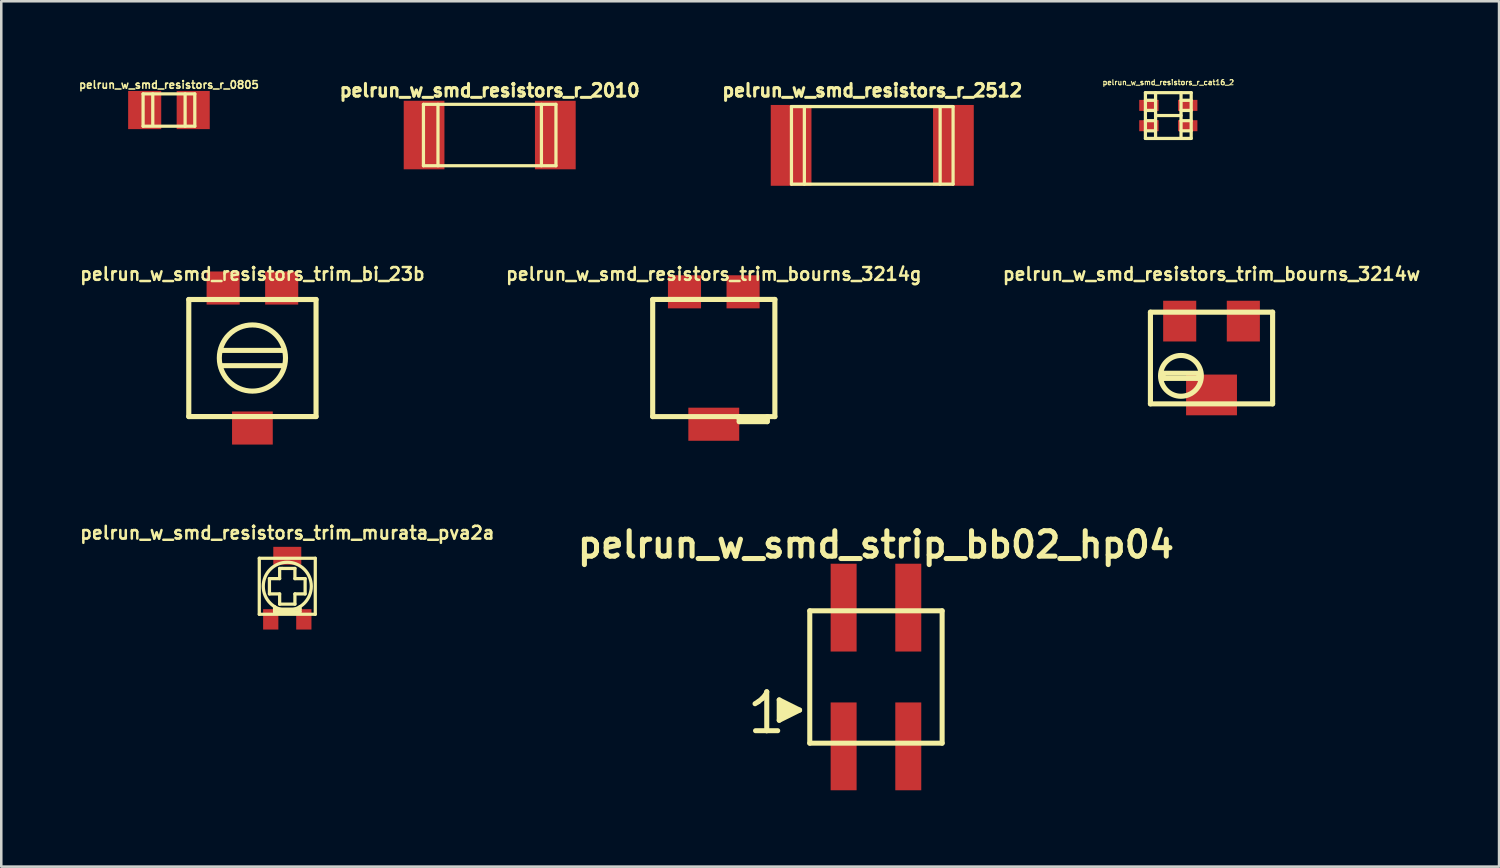
<source format=kicad_pcb>
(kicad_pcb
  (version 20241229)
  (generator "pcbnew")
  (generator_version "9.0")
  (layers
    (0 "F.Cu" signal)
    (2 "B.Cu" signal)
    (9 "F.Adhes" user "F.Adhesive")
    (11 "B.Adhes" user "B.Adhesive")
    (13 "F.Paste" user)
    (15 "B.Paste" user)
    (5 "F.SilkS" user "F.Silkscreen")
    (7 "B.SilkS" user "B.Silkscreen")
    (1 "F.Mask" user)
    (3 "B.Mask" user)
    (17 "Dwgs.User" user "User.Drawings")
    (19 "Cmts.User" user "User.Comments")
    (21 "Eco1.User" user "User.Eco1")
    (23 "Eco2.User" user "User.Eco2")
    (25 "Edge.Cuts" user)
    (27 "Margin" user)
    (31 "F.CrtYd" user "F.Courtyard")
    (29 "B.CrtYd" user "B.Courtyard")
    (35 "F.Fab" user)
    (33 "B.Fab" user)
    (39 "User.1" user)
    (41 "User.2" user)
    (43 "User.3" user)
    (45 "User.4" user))
  (footprint "pelrun_w_smd_resistors_trim_bourns_3214g"
    (layer "F.Cu")
    (at 24.991 11.015)
    (property "Reference" "pelrun_w_smd_resistors_trim_bourns_3214g" (at 0 -3.299 0) (layer "F.SilkS") (effects (font (size 0.5 0.5) (thickness 0.099))))
    (attr through_hole)
    (fp_line (start -2.4 -2.301) (end -2.4 2.301) (stroke (width 0.201) (type solid)) (layer "F.SilkS"))
    (fp_line (start -2.4 2.301) (end 2.4 2.301) (stroke (width 0.201) (type solid)) (layer "F.SilkS"))
    (fp_line (start 1.001 2.301) (end 1.001 2.499) (stroke (width 0.201) (type solid)) (layer "F.SilkS"))
    (fp_line (start 1.001 2.499) (end 2.101 2.499) (stroke (width 0.201) (type solid)) (layer "F.SilkS"))
    (fp_line (start 2.101 2.4) (end 1.001 2.4) (stroke (width 0.201) (type solid)) (layer "F.SilkS"))
    (fp_line (start 2.101 2.499) (end 2.101 2.301) (stroke (width 0.201) (type solid)) (layer "F.SilkS"))
    (fp_line (start 2.4 -2.301) (end -2.4 -2.301) (stroke (width 0.201) (type solid)) (layer "F.SilkS"))
    (fp_line (start 2.4 2.301) (end 2.4 -2.301) (stroke (width 0.201) (type solid)) (layer "F.SilkS"))
    (pad "1" smd rect (at 1.151 -2.601) (size 1.3 1.3) (layers "F.Cu" "F.Mask" "F.Paste"))
    (pad "2" smd rect (at 0 2.601) (size 1.999 1.3) (layers "F.Cu" "F.Mask" "F.Paste"))
    (pad "3" smd rect (at -1.151 -2.601) (size 1.3 1.3) (layers "F.Cu" "F.Mask" "F.Paste")))
  (footprint "pelrun_w_smd_resistors_r_2512"
    (layer "F.Cu")
    (at 31.217 2.661)
    (property "Reference" "pelrun_w_smd_resistors_r_2512" (at 0 -2.159 0) (layer "F.SilkS") (effects (font (size 0.5 0.5) (thickness 0.119))))
    (attr through_hole)
    (fp_line (start -3.175 -1.524) (end -3.175 1.524) (stroke (width 0.127) (type solid)) (layer "F.SilkS"))
    (fp_line (start -3.175 1.524) (end 3.175 1.524) (stroke (width 0.127) (type solid)) (layer "F.SilkS"))
    (fp_line (start -2.667 -1.524) (end -2.667 1.524) (stroke (width 0.127) (type solid)) (layer "F.SilkS"))
    (fp_line (start 2.667 -1.524) (end 2.667 1.524) (stroke (width 0.127) (type solid)) (layer "F.SilkS"))
    (fp_line (start 3.175 -1.524) (end -3.175 -1.524) (stroke (width 0.127) (type solid)) (layer "F.SilkS"))
    (fp_line (start 3.175 1.524) (end 3.175 -1.524) (stroke (width 0.127) (type solid)) (layer "F.SilkS"))
    (pad "1" smd rect (at 3.188 0) (size 1.6 3.175) (layers "F.Cu" "F.Mask" "F.Paste"))
    (pad "2" smd rect (at -3.188 0) (size 1.6 3.175) (layers "F.Cu" "F.Mask" "F.Paste")))
  (footprint "pelrun_w_smd_strip_bb02_hp04"
    (layer "F.Cu")
    (at 31.362 23.546)
    (property "Reference" "pelrun_w_smd_strip_bb02_hp04" (at 0 -5.2 0) (layer "F.SilkS") (effects (font (size 0.998 0.998) (thickness 0.198))))
    (attr through_hole)
    (fp_line (start -4.75 1.05) (end -4.62 0.97) (stroke (width 0.198) (type solid)) (layer "F.SilkS"))
    (fp_line (start -4.62 0.97) (end -4.46 0.84) (stroke (width 0.198) (type solid)) (layer "F.SilkS"))
    (fp_line (start -4.46 0.84) (end -4.32 0.67) (stroke (width 0.198) (type solid)) (layer "F.SilkS"))
    (fp_line (start -4.32 0.67) (end -4.29 0.58) (stroke (width 0.198) (type solid)) (layer "F.SilkS"))
    (fp_line (start -4.29 0.58) (end -4.29 2.11) (stroke (width 0.198) (type solid)) (layer "F.SilkS"))
    (fp_line (start -4.29 2.11) (end -4.73 2.11) (stroke (width 0.198) (type solid)) (layer "F.SilkS"))
    (fp_line (start -3.86 2.11) (end -4.3 2.11) (stroke (width 0.198) (type solid)) (layer "F.SilkS"))
    (fp_line (start -3.8 0.9) (end -3 1.3) (stroke (width 0.198) (type solid)) (layer "F.SilkS"))
    (fp_line (start -3.8 1.7) (end -3.8 0.9) (stroke (width 0.198) (type solid)) (layer "F.SilkS"))
    (fp_line (start -3.7 1.6) (end -3.7 1) (stroke (width 0.198) (type solid)) (layer "F.SilkS"))
    (fp_line (start -3.6 1.1) (end -3.6 1.5) (stroke (width 0.198) (type solid)) (layer "F.SilkS"))
    (fp_line (start -3.5 1.5) (end -3.5 1.1) (stroke (width 0.198) (type solid)) (layer "F.SilkS"))
    (fp_line (start -3.4 1.2) (end -3.4 1.4) (stroke (width 0.198) (type solid)) (layer "F.SilkS"))
    (fp_line (start -3.3 1.4) (end -3.3 1.2) (stroke (width 0.198) (type solid)) (layer "F.SilkS"))
    (fp_line (start -3 1.3) (end -3.8 1.7) (stroke (width 0.198) (type solid)) (layer "F.SilkS"))
    (fp_line (start -2.6 -2.6) (end 2.6 -2.6) (stroke (width 0.198) (type solid)) (layer "F.SilkS"))
    (fp_line (start -2.6 2.6) (end -2.6 -2.6) (stroke (width 0.198) (type solid)) (layer "F.SilkS"))
    (fp_line (start 2.6 -2.6) (end 2.6 2.6) (stroke (width 0.198) (type solid)) (layer "F.SilkS"))
    (fp_line (start 2.6 2.6) (end -2.6 2.6) (stroke (width 0.198) (type solid)) (layer "F.SilkS"))
    (pad "1" smd rect (at -1.27 2.725) (size 1.02 3.45) (layers "F.Cu" "F.Mask" "F.Paste"))
    (pad "2" smd rect (at -1.27 -2.725) (size 1.02 3.45) (layers "F.Cu" "F.Mask" "F.Paste"))
    (pad "3" smd rect (at 1.27 2.725) (size 1.02 3.45) (layers "F.Cu" "F.Mask" "F.Paste"))
    (pad "4" smd rect (at 1.27 -2.725) (size 1.02 3.45) (layers "F.Cu" "F.Mask" "F.Paste")))
  (footprint "pelrun_w_smd_resistors_trim_murata_pva2a"
    (layer "F.Cu")
    (at 8.236 19.982)
    (property "Reference" "pelrun_w_smd_resistors_trim_murata_pva2a" (at 0 -2.101 0) (layer "F.SilkS") (effects (font (size 0.5 0.5) (thickness 0.099))))
    (attr through_hole)
    (fp_line (start -1.1 -1.1) (end 1.1 -1.1) (stroke (width 0.127) (type solid)) (layer "F.SilkS"))
    (fp_line (start -1.1 1.1) (end -1.1 -1.1) (stroke (width 0.127) (type solid)) (layer "F.SilkS"))
    (fp_line (start -0.701 -0.3) (end -0.701 0.3) (stroke (width 0.127) (type solid)) (layer "F.SilkS"))
    (fp_line (start -0.701 0.3) (end -0.3 0.3) (stroke (width 0.127) (type solid)) (layer "F.SilkS"))
    (fp_line (start -0.5 0.899) (end 0.5 0.899) (stroke (width 0.127) (type solid)) (layer "F.SilkS"))
    (fp_line (start -0.5 1.001) (end -0.5 0.8) (stroke (width 0.127) (type solid)) (layer "F.SilkS"))
    (fp_line (start -0.3 -0.701) (end -0.3 -0.3) (stroke (width 0.127) (type solid)) (layer "F.SilkS"))
    (fp_line (start -0.3 -0.3) (end -0.701 -0.3) (stroke (width 0.127) (type solid)) (layer "F.SilkS"))
    (fp_line (start -0.3 0.3) (end -0.3 0.701) (stroke (width 0.127) (type solid)) (layer "F.SilkS"))
    (fp_line (start -0.3 0.701) (end 0.3 0.701) (stroke (width 0.127) (type solid)) (layer "F.SilkS"))
    (fp_line (start -0.201 -0.701) (end -0.3 -0.701) (stroke (width 0.127) (type solid)) (layer "F.SilkS"))
    (fp_line (start 0.3 -0.701) (end -0.201 -0.701) (stroke (width 0.127) (type solid)) (layer "F.SilkS"))
    (fp_line (start 0.3 -0.3) (end 0.3 -0.701) (stroke (width 0.127) (type solid)) (layer "F.SilkS"))
    (fp_line (start 0.3 0.3) (end 0.701 0.3) (stroke (width 0.127) (type solid)) (layer "F.SilkS"))
    (fp_line (start 0.3 0.701) (end 0.3 0.3) (stroke (width 0.127) (type solid)) (layer "F.SilkS"))
    (fp_line (start 0.5 1.001) (end -0.5 1.001) (stroke (width 0.127) (type solid)) (layer "F.SilkS"))
    (fp_line (start 0.5 1.001) (end 0.5 0.8) (stroke (width 0.127) (type solid)) (layer "F.SilkS"))
    (fp_line (start 0.701 -0.3) (end 0.3 -0.3) (stroke (width 0.127) (type solid)) (layer "F.SilkS"))
    (fp_line (start 0.701 0.3) (end 0.701 -0.3) (stroke (width 0.127) (type solid)) (layer "F.SilkS"))
    (fp_line (start 1.1 -1.1) (end 1.1 1.1) (stroke (width 0.127) (type solid)) (layer "F.SilkS"))
    (fp_line (start 1.1 1.1) (end -1.1 1.1) (stroke (width 0.127) (type solid)) (layer "F.SilkS"))
    (fp_circle (center 0 0) (end -0.8 0.5) (stroke (width 0.127) (type solid)) (fill no) (layer "F.SilkS"))
    (pad "1" smd rect (at -0.65 1.3) (size 0.599 0.8) (layers "F.Cu" "F.Mask" "F.Paste"))
    (pad "2" smd rect (at 0 -1.199) (size 1.1 0.701) (layers "F.Cu" "F.Mask" "F.Paste"))
    (pad "3" smd rect (at 0.65 1.3) (size 0.599 0.8) (layers "F.Cu" "F.Mask" "F.Paste")))
  (footprint "pelrun_w_smd_resistors_r_cat16_2"
    (layer "F.Cu")
    (at 42.847 1.489)
    (property "Reference" "pelrun_w_smd_resistors_r_cat16_2" (at 0 -1.3 0) (layer "F.SilkS") (effects (font (size 0.201 0.201) (thickness 0.041))))
    (attr through_hole)
    (fp_line (start -0.899 -0.899) (end -0.899 0.899) (stroke (width 0.127) (type solid)) (layer "F.SilkS"))
    (fp_line (start -0.899 -0.201) (end -0.5 -0.201) (stroke (width 0.127) (type solid)) (layer "F.SilkS"))
    (fp_line (start -0.899 0.599) (end -0.5 0.599) (stroke (width 0.127) (type solid)) (layer "F.SilkS"))
    (fp_line (start -0.899 0.899) (end 0.899 0.899) (stroke (width 0.127) (type solid)) (layer "F.SilkS"))
    (fp_line (start -0.5 -0.599) (end -0.899 -0.599) (stroke (width 0.127) (type solid)) (layer "F.SilkS"))
    (fp_line (start -0.5 0) (end 0.5 0) (stroke (width 0.127) (type solid)) (layer "F.SilkS"))
    (fp_line (start -0.5 0.201) (end -0.899 0.201) (stroke (width 0.127) (type solid)) (layer "F.SilkS"))
    (fp_line (start -0.5 0.899) (end -0.5 -0.899) (stroke (width 0.127) (type solid)) (layer "F.SilkS"))
    (fp_line (start 0.5 -0.899) (end 0.5 0.899) (stroke (width 0.127) (type solid)) (layer "F.SilkS"))
    (fp_line (start 0.5 -0.201) (end 0.899 -0.201) (stroke (width 0.127) (type solid)) (layer "F.SilkS"))
    (fp_line (start 0.5 0.599) (end 0.899 0.599) (stroke (width 0.127) (type solid)) (layer "F.SilkS"))
    (fp_line (start 0.899 -0.899) (end -0.899 -0.899) (stroke (width 0.127) (type solid)) (layer "F.SilkS"))
    (fp_line (start 0.899 -0.599) (end 0.5 -0.599) (stroke (width 0.127) (type solid)) (layer "F.SilkS"))
    (fp_line (start 0.899 0.201) (end 0.5 0.201) (stroke (width 0.127) (type solid)) (layer "F.SilkS"))
    (fp_line (start 0.899 0.899) (end 0.899 -0.899) (stroke (width 0.127) (type solid)) (layer "F.SilkS"))
    (pad "1" smd rect (at 0.762 0.399) (size 0.762 0.432) (layers "F.Cu" "F.Mask" "F.Paste"))
    (pad "2" smd rect (at 0.762 -0.399) (size 0.762 0.432) (layers "F.Cu" "F.Mask" "F.Paste"))
    (pad "3" smd rect (at -0.762 -0.399) (size 0.762 0.432) (layers "F.Cu" "F.Mask" "F.Paste"))
    (pad "4" smd rect (at -0.762 0.399) (size 0.762 0.432) (layers "F.Cu" "F.Mask" "F.Paste")))
  (footprint "pelrun_w_smd_resistors_r_0805"
    (layer "F.Cu")
    (at 3.587 1.273)
    (property "Reference" "pelrun_w_smd_resistors_r_0805" (at 0 -0.991 0) (layer "F.SilkS") (effects (font (size 0.3 0.3) (thickness 0.061))))
    (attr through_hole)
    (fp_line (start -1.016 -0.635) (end 1.016 -0.635) (stroke (width 0.127) (type solid)) (layer "F.SilkS"))
    (fp_line (start -1.016 0.635) (end -1.016 -0.635) (stroke (width 0.127) (type solid)) (layer "F.SilkS"))
    (fp_line (start -0.635 -0.635) (end -0.635 0.61) (stroke (width 0.127) (type solid)) (layer "F.SilkS"))
    (fp_line (start 0.635 -0.635) (end 0.635 0.635) (stroke (width 0.127) (type solid)) (layer "F.SilkS"))
    (fp_line (start 1.016 -0.635) (end 1.016 0.635) (stroke (width 0.127) (type solid)) (layer "F.SilkS"))
    (fp_line (start 1.016 0.635) (end -1.016 0.635) (stroke (width 0.127) (type solid)) (layer "F.SilkS"))
    (pad "1" smd rect (at 0.953 0) (size 1.3 1.499) (layers "F.Cu" "F.Mask" "F.Paste"))
    (pad "2" smd rect (at -0.953 0) (size 1.3 1.499) (layers "F.Cu" "F.Mask" "F.Paste")))
  (footprint "pelrun_w_smd_resistors_trim_bourns_3214w"
    (layer "F.Cu")
    (at 44.545 11.015)
    (property "Reference" "pelrun_w_smd_resistors_trim_bourns_3214w" (at 0 -3.299 0) (layer "F.SilkS") (effects (font (size 0.5 0.5) (thickness 0.099))))
    (attr through_hole)
    (fp_line (start -2.4 -1.801) (end -2.4 1.801) (stroke (width 0.201) (type solid)) (layer "F.SilkS"))
    (fp_line (start -2.4 1.801) (end 2.4 1.801) (stroke (width 0.201) (type solid)) (layer "F.SilkS"))
    (fp_line (start -1.9 0.599) (end -0.5 0.599) (stroke (width 0.201) (type solid)) (layer "F.SilkS"))
    (fp_line (start -1.9 0.8) (end -1.9 0.599) (stroke (width 0.201) (type solid)) (layer "F.SilkS"))
    (fp_line (start -0.5 0.599) (end -0.5 0.8) (stroke (width 0.201) (type solid)) (layer "F.SilkS"))
    (fp_line (start -0.5 0.8) (end -1.9 0.8) (stroke (width 0.201) (type solid)) (layer "F.SilkS"))
    (fp_line (start 2.4 -1.801) (end -2.4 -1.801) (stroke (width 0.201) (type solid)) (layer "F.SilkS"))
    (fp_line (start 2.4 1.801) (end 2.4 -1.801) (stroke (width 0.201) (type solid)) (layer "F.SilkS"))
    (fp_circle (center -1.201 0.701) (end -2.002 0.701) (stroke (width 0.201) (type solid)) (fill no) (layer "F.SilkS"))
    (pad "1" smd rect (at 1.25 -1.45) (size 1.3 1.6) (layers "F.Cu" "F.Mask" "F.Paste"))
    (pad "2" smd rect (at 0 1.45) (size 1.999 1.6) (layers "F.Cu" "F.Mask" "F.Paste"))
    (pad "3" smd rect (at -1.25 -1.45) (size 1.3 1.6) (layers "F.Cu" "F.Mask" "F.Paste")))
  (footprint "pelrun_w_smd_resistors_trim_bi_23b"
    (layer "F.Cu")
    (at 6.866 11.015)
    (property "Reference" "pelrun_w_smd_resistors_trim_bi_23b" (at 0 -3.299 0) (layer "F.SilkS") (effects (font (size 0.5 0.5) (thickness 0.099))))
    (attr through_hole)
    (fp_line (start -2.5 -2.3) (end -2.5 2.3) (stroke (width 0.201) (type solid)) (layer "F.SilkS"))
    (fp_line (start -2.5 2.3) (end 2.5 2.3) (stroke (width 0.201) (type solid)) (layer "F.SilkS"))
    (fp_line (start -1.2 -0.3) (end 1.2 -0.3) (stroke (width 0.2) (type solid)) (layer "F.SilkS"))
    (fp_line (start 1.2 0.3) (end -1.2 0.3) (stroke (width 0.2) (type solid)) (layer "F.SilkS"))
    (fp_line (start 2.5 -2.3) (end -2.5 -2.3) (stroke (width 0.201) (type solid)) (layer "F.SilkS"))
    (fp_line (start 2.5 2.3) (end 2.5 -2.3) (stroke (width 0.2) (type solid)) (layer "F.SilkS"))
    (fp_circle (center 0 0) (end -1.3 0) (stroke (width 0.2) (type solid)) (fill no) (layer "F.SilkS"))
    (pad "1" smd rect (at 1.15 -2.75) (size 1.3 1.3) (layers "F.Cu" "F.Mask" "F.Paste"))
    (pad "2" smd rect (at 0 2.75) (size 1.6 1.3) (layers "F.Cu" "F.Mask" "F.Paste"))
    (pad "3" smd rect (at -1.15 -2.75) (size 1.3 1.3) (layers "F.Cu" "F.Mask" "F.Paste")))
  (footprint "pelrun_w_smd_resistors_r_2010"
    (layer "F.Cu")
    (at 16.188 2.255)
    (property "Reference" "pelrun_w_smd_resistors_r_2010" (at 0 -1.753 0) (layer "F.SilkS") (effects (font (size 0.5 0.5) (thickness 0.119))))
    (attr through_hole)
    (fp_line (start -2.603 -1.206) (end -2.603 1.206) (stroke (width 0.127) (type solid)) (layer "F.SilkS"))
    (fp_line (start -2.603 1.206) (end 2.603 1.206) (stroke (width 0.127) (type solid)) (layer "F.SilkS"))
    (fp_line (start -2.032 -1.206) (end -2.032 1.206) (stroke (width 0.127) (type solid)) (layer "F.SilkS"))
    (fp_line (start 2.032 1.206) (end 2.032 -1.206) (stroke (width 0.127) (type solid)) (layer "F.SilkS"))
    (fp_line (start 2.603 -1.206) (end -2.603 -1.206) (stroke (width 0.127) (type solid)) (layer "F.SilkS"))
    (fp_line (start 2.603 1.206) (end 2.603 -1.206) (stroke (width 0.127) (type solid)) (layer "F.SilkS"))
    (pad "1" smd rect (at 2.578 0) (size 1.6 2.692) (layers "F.Cu" "F.Mask" "F.Paste"))
    (pad "2" smd rect (at -2.578 0) (size 1.6 2.692) (layers "F.Cu" "F.Mask" "F.Paste")))
  (gr_rect
    (start -3 -3)
    (end 55.841 30.996)
    (stroke (width 0.1) (type default))
    (fill no)
    (layer "Edge.Cuts")))
</source>
